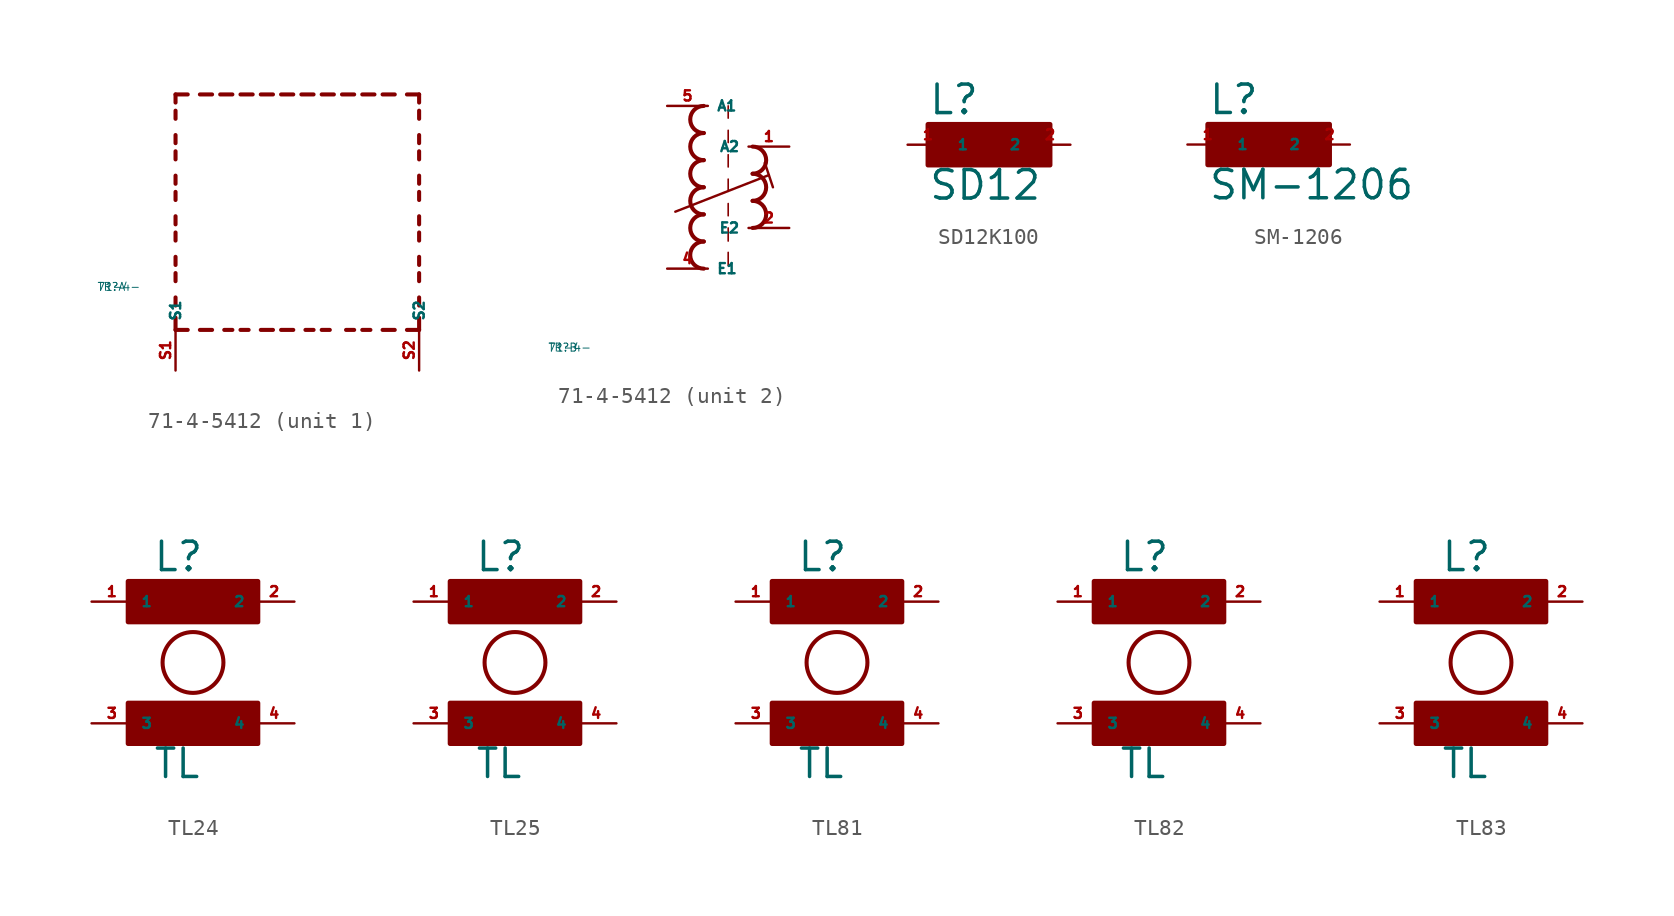
<source format=kicad_sym>
(kicad_symbol_lib
  (version 20220914)
  (generator kicad_symbol_editor)
  (symbol "71-4-5412"
    (property "Reference" "TR"
      (at -10 -10 0)
      (effects (font (size 0.5 0.5) (thickness 0.06)) (justify left)))
    (property "Value" "71-4-"
      (at -10 -10 0)
      (effects (font (size 0.5 0.5) (thickness 0.06)) (justify left)))
    (symbol "71-4-5412_1_0"
      (polyline (pts (xy -5.08 -12.7) (xy -5.08 -11.938)) (stroke (width 0.254) (type default)) (fill (type none)))
      (polyline (pts (xy -5.08 -12.7) (xy -4.318 -12.7)) (stroke (width 0.254) (type default)) (fill (type none)))
      (polyline (pts (xy -5.08 -11.176) (xy -5.08 -10.668)) (stroke (width 0.254) (type default)) (fill (type none)))
      (polyline (pts (xy -5.08 -9.652) (xy -5.08 -9.144)) (stroke (width 0.254) (type default)) (fill (type none)))
      (polyline (pts (xy -5.08 -8.636) (xy -5.08 -8.128)) (stroke (width 0.254) (type default)) (fill (type none)))
      (polyline (pts (xy -5.08 -7.112) (xy -5.08 -6.604)) (stroke (width 0.254) (type default)) (fill (type none)))
      (polyline (pts (xy -5.08 -6.096) (xy -5.08 -5.588)) (stroke (width 0.254) (type default)) (fill (type none)))
      (polyline (pts (xy -5.08 -4.572) (xy -5.08 -4.064)) (stroke (width 0.254) (type default)) (fill (type none)))
      (polyline (pts (xy -5.08 -3.556) (xy -5.08 -3.048)) (stroke (width 0.254) (type default)) (fill (type none)))
      (polyline (pts (xy -5.08 -2.032) (xy -5.08 -1.524)) (stroke (width 0.254) (type default)) (fill (type none)))
      (polyline (pts (xy -5.08 -1.016) (xy -5.08 -0.508)) (stroke (width 0.254) (type default)) (fill (type none)))
      (polyline (pts (xy -5.08 0.508) (xy -5.08 1.016)) (stroke (width 0.254) (type default)) (fill (type none)))
      (polyline (pts (xy -5.08 1.524) (xy -5.08 2.032)) (stroke (width 0.254) (type default)) (fill (type none)))
      (polyline (pts (xy -5.08 2.032) (xy -4.318 2.032)) (stroke (width 0.254) (type default)) (fill (type none)))
      (polyline (pts (xy -3.556 -12.7) (xy -2.794 -12.7)) (stroke (width 0.254) (type default)) (fill (type none)))
      (polyline (pts (xy -3.556 2.032) (xy -2.794 2.032)) (stroke (width 0.254) (type default)) (fill (type none)))
      (polyline (pts (xy -1.524 -12.7) (xy -2.032 -12.7)) (stroke (width 0.254) (type default)) (fill (type none)))
      (polyline (pts (xy -1.524 2.032) (xy -2.286 2.032)) (stroke (width 0.254) (type default)) (fill (type none)))
      (polyline (pts (xy -1.016 2.032) (xy -0.254 2.032)) (stroke (width 0.254) (type default)) (fill (type none)))
      (polyline (pts (xy -0.508 -12.7) (xy -1.016 -12.7)) (stroke (width 0.254) (type default)) (fill (type none)))
      (polyline (pts (xy 1.016 -12.7) (xy 0.254 -12.7)) (stroke (width 0.254) (type default)) (fill (type none)))
      (polyline (pts (xy 1.016 2.032) (xy 0.254 2.032)) (stroke (width 0.254) (type default)) (fill (type none)))
      (polyline (pts (xy 1.524 -12.7) (xy 2.286 -12.7)) (stroke (width 0.254) (type default)) (fill (type none)))
      (polyline (pts (xy 1.524 2.032) (xy 2.286 2.032)) (stroke (width 0.254) (type default)) (fill (type none)))
      (polyline (pts (xy 3.556 -12.7) (xy 3.048 -12.7)) (stroke (width 0.254) (type default)) (fill (type none)))
      (polyline (pts (xy 3.556 2.032) (xy 2.794 2.032)) (stroke (width 0.254) (type default)) (fill (type none)))
      (polyline (pts (xy 4.064 2.032) (xy 4.826 2.032)) (stroke (width 0.254) (type default)) (fill (type none)))
      (polyline (pts (xy 4.572 -12.7) (xy 4.064 -12.7)) (stroke (width 0.254) (type default)) (fill (type none)))
      (polyline (pts (xy 6.096 -12.7) (xy 5.588 -12.7)) (stroke (width 0.254) (type default)) (fill (type none)))
      (polyline (pts (xy 6.096 2.032) (xy 5.334 2.032)) (stroke (width 0.254) (type default)) (fill (type none)))
      (polyline (pts (xy 6.604 2.032) (xy 7.366 2.032)) (stroke (width 0.254) (type default)) (fill (type none)))
      (polyline (pts (xy 7.112 -12.7) (xy 6.604 -12.7)) (stroke (width 0.254) (type default)) (fill (type none)))
      (polyline (pts (xy 8.636 -12.7) (xy 7.874 -12.7)) (stroke (width 0.254) (type default)) (fill (type none)))
      (polyline (pts (xy 8.636 2.032) (xy 7.874 2.032)) (stroke (width 0.254) (type default)) (fill (type none)))
      (polyline (pts (xy 10.16 -12.7) (xy 9.398 -12.7)) (stroke (width 0.254) (type default)) (fill (type none)))
      (polyline (pts (xy 10.16 -12.7) (xy 10.16 -11.938)) (stroke (width 0.254) (type default)) (fill (type none)))
      (polyline (pts (xy 10.16 -11.176) (xy 10.16 -10.668)) (stroke (width 0.254) (type default)) (fill (type none)))
      (polyline (pts (xy 10.16 -9.652) (xy 10.16 -9.144)) (stroke (width 0.254) (type default)) (fill (type none)))
      (polyline (pts (xy 10.16 -8.636) (xy 10.16 -8.128)) (stroke (width 0.254) (type default)) (fill (type none)))
      (polyline (pts (xy 10.16 -7.112) (xy 10.16 -6.604)) (stroke (width 0.254) (type default)) (fill (type none)))
      (polyline (pts (xy 10.16 -6.096) (xy 10.16 -5.588)) (stroke (width 0.254) (type default)) (fill (type none)))
      (polyline (pts (xy 10.16 -4.572) (xy 10.16 -4.064)) (stroke (width 0.254) (type default)) (fill (type none)))
      (polyline (pts (xy 10.16 -3.556) (xy 10.16 -3.048)) (stroke (width 0.254) (type default)) (fill (type none)))
      (polyline (pts (xy 10.16 -2.032) (xy 10.16 -1.524)) (stroke (width 0.254) (type default)) (fill (type none)))
      (polyline (pts (xy 10.16 -1.016) (xy 10.16 -0.508)) (stroke (width 0.254) (type default)) (fill (type none)))
      (polyline (pts (xy 10.16 0.508) (xy 10.16 1.016)) (stroke (width 0.254) (type default)) (fill (type none)))
      (polyline (pts (xy 10.16 1.524) (xy 10.16 2.032)) (stroke (width 0.254) (type default)) (fill (type none)))
      (polyline (pts (xy 10.16 2.032) (xy 9.398 2.032)) (stroke (width 0.254) (type default)) (fill (type none)))
      (pin passive line (at -5.08 -15.24 90) (length 2.54) (name "S1" (effects (font (size 0.635 0.635)))) (number "S1" (effects (font (size 0.635 0.635)))))
      (pin passive line (at 10.16 -15.24 90) (length 2.54) (name "S2" (effects (font (size 0.635 0.635)))) (number "S2" (effects (font (size 0.635 0.635))))))
    (symbol "71-4-5412_2_0"
      (arc (start -0.254 -3.3866) (mid -1.1004 -4.2333) (end -0.254 -5.08) (stroke (width 0.254) (type default)) (fill (type none)))
      (arc (start -0.254 -1.6932) (mid -1.1004 -2.5399) (end -0.254 -3.3866) (stroke (width 0.254) (type default)) (fill (type none)))
      (arc (start -0.254 0) (mid -1.1004 -0.8467) (end -0.254 -1.6934) (stroke (width 0.254) (type default)) (fill (type none)))
      (arc (start -0.254 1.6934) (mid -1.1004 0.8467) (end -0.254 0) (stroke (width 0.254) (type default)) (fill (type none)))
      (arc (start -0.254 3.3866) (mid -1.1002 2.54) (end -0.254 1.6934) (stroke (width 0.254) (type default)) (fill (type none)))
      (arc (start -0.254 5.08) (mid -1.1004 4.2333) (end -0.254 3.3866) (stroke (width 0.254) (type default)) (fill (type none)))
      (polyline (pts (xy -2.032 -1.524) (xy 3.81 0.762)) (stroke (width 0.152) (type default)) (fill (type none)))
      (polyline (pts (xy 1.27 -4.064) (xy 1.27 -4.88)) (stroke (width 0.102) (type default)) (fill (type none)))
      (polyline (pts (xy 1.27 -2.54) (xy 1.27 -3.356)) (stroke (width 0.102) (type default)) (fill (type none)))
      (polyline (pts (xy 1.27 -1.016) (xy 1.27 -1.778)) (stroke (width 0.102) (type default)) (fill (type none)))
      (polyline (pts (xy 1.27 0.508) (xy 1.27 -0.254)) (stroke (width 0.102) (type default)) (fill (type none)))
      (polyline (pts (xy 1.27 2.032) (xy 1.27 1.27)) (stroke (width 0.102) (type default)) (fill (type none)))
      (polyline (pts (xy 1.27 3.556) (xy 1.27 2.794)) (stroke (width 0.102) (type default)) (fill (type none)))
      (polyline (pts (xy 1.27 5.08) (xy 1.27 4.318)) (stroke (width 0.102) (type default)) (fill (type none)))
      (polyline (pts (xy 3.556 1.524) (xy 4.064 0)) (stroke (width 0.152) (type default)) (fill (type none)))
      (arc (start 2.794 -2.54) (mid 3.6404 -1.6933) (end 2.794 -0.8466) (stroke (width 0.254) (type default)) (fill (type none)))
      (arc (start 2.794 -0.8466) (mid 3.6402 0) (end 2.794 0.8466) (stroke (width 0.254) (type default)) (fill (type none)))
      (arc (start 2.794 0.8466) (mid 3.6404 1.6933) (end 2.794 2.54) (stroke (width 0.254) (type default)) (fill (type none)))
      (pin passive line (at 5.08 2.54 180) (length 2.54) (name "A2" (effects (font (size 0.635 0.635)))) (number "1" (effects (font (size 0.635 0.635)))))
      (pin passive line (at 5.08 -2.54 180) (length 2.54) (name "E2" (effects (font (size 0.635 0.635)))) (number "2" (effects (font (size 0.635 0.635)))))
      (pin passive line (at -2.54 -5.08 0) (length 2.54) (name "E1" (effects (font (size 0.635 0.635)))) (number "4" (effects (font (size 0.635 0.635)))))
      (pin passive line (at -2.54 5.08 0) (length 2.54) (name "A1" (effects (font (size 0.635 0.635)))) (number "5" (effects (font (size 0.635 0.635)))))))
  (symbol "SD12K100"
    (property "Reference" "L"
      (at -3.81 1.778 0)
      (effects (font (size 1.778 1.778) (thickness 0.22)) (justify left bottom)))
    (property "Value" "SD12"
      (at -3.81 -3.556 0)
      (effects (font (size 1.778 1.778) (thickness 0.22)) (justify left bottom)))
    (symbol "SD12K100_1_1"
      (rectangle (start -3.81 -1.27) (end 3.81 1.27) (stroke (width 0.3) (type default)) (fill (type outline)))
      (pin passive line (at -5.08 0 0) (length 2.54) (name "1" (effects (font (size 0.635 0.635)))) (number "1" (effects (font (size 0.635 0.635)))))
      (pin passive line (at 5.08 0 180) (length 2.54) (name "2" (effects (font (size 0.635 0.635)))) (number "2" (effects (font (size 0.635 0.635)))))))
  (symbol "SM-1206"
    (property "Reference" "L"
      (at -3.81 1.778 0)
      (effects (font (size 1.778 1.778) (thickness 0.22)) (justify left bottom)))
    (property "Value" "SM-1206"
      (at -3.81 -3.556 0)
      (effects (font (size 1.778 1.778) (thickness 0.22)) (justify left bottom)))
    (symbol "SM-1206_1_1"
      (rectangle (start -3.81 -1.27) (end 3.81 1.27) (stroke (width 0.3) (type default)) (fill (type outline)))
      (pin passive line (at -5.08 0 0) (length 2.54) (name "1" (effects (font (size 0.635 0.635)))) (number "1" (effects (font (size 0.635 0.635)))))
      (pin passive line (at 5.08 0 180) (length 2.54) (name "2" (effects (font (size 0.635 0.635)))) (number "2" (effects (font (size 0.635 0.635)))))))
  (symbol "TL24"
    (property "Reference" "L"
      (at -1.27 6.858 0)
      (effects (font (size 1.778 1.778) (thickness 0.22)) (justify left bottom)))
    (property "Value" "TL"
      (at -1.27 -6.096 0)
      (effects (font (size 1.778 1.778) (thickness 0.22)) (justify left bottom)))
    (symbol "TL24_1_1"
      (rectangle (start -2.794 -3.81) (end 5.334 -1.27) (stroke (width 0.3) (type default)) (fill (type outline)))
      (rectangle (start -2.794 3.81) (end 5.334 6.35) (stroke (width 0.3) (type default)) (fill (type outline)))
      (circle (center 1.27 1.27) (radius 1.905) (stroke (width 0.254) (type default)) (fill (type none)))
      (pin passive line (at -5.08 5.08 0) (length 2.54) (name "1" (effects (font (size 0.635 0.635)))) (number "1" (effects (font (size 0.635 0.635)))))
      (pin passive line (at 7.62 5.08 180) (length 2.54) (name "2" (effects (font (size 0.635 0.635)))) (number "2" (effects (font (size 0.635 0.635)))))
      (pin passive line (at -5.08 -2.54 0) (length 2.54) (name "3" (effects (font (size 0.635 0.635)))) (number "3" (effects (font (size 0.635 0.635)))))
      (pin passive line (at 7.62 -2.54 180) (length 2.54) (name "4" (effects (font (size 0.635 0.635)))) (number "4" (effects (font (size 0.635 0.635)))))))
  (symbol "TL25"
    (property "Reference" "L"
      (at -1.27 6.858 0)
      (effects (font (size 1.778 1.778) (thickness 0.22)) (justify left bottom)))
    (property "Value" "TL"
      (at -1.27 -6.096 0)
      (effects (font (size 1.778 1.778) (thickness 0.22)) (justify left bottom)))
    (symbol "TL25_1_1"
      (rectangle (start -2.794 -3.81) (end 5.334 -1.27) (stroke (width 0.3) (type default)) (fill (type outline)))
      (rectangle (start -2.794 3.81) (end 5.334 6.35) (stroke (width 0.3) (type default)) (fill (type outline)))
      (circle (center 1.27 1.27) (radius 1.905) (stroke (width 0.254) (type default)) (fill (type none)))
      (pin passive line (at -5.08 5.08 0) (length 2.54) (name "1" (effects (font (size 0.635 0.635)))) (number "1" (effects (font (size 0.635 0.635)))))
      (pin passive line (at 7.62 5.08 180) (length 2.54) (name "2" (effects (font (size 0.635 0.635)))) (number "2" (effects (font (size 0.635 0.635)))))
      (pin passive line (at -5.08 -2.54 0) (length 2.54) (name "3" (effects (font (size 0.635 0.635)))) (number "3" (effects (font (size 0.635 0.635)))))
      (pin passive line (at 7.62 -2.54 180) (length 2.54) (name "4" (effects (font (size 0.635 0.635)))) (number "4" (effects (font (size 0.635 0.635)))))))
  (symbol "TL81"
    (property "Reference" "L"
      (at -1.27 6.858 0)
      (effects (font (size 1.778 1.778) (thickness 0.22)) (justify left bottom)))
    (property "Value" "TL"
      (at -1.27 -6.096 0)
      (effects (font (size 1.778 1.778) (thickness 0.22)) (justify left bottom)))
    (symbol "TL81_1_1"
      (rectangle (start -2.794 -3.81) (end 5.334 -1.27) (stroke (width 0.3) (type default)) (fill (type outline)))
      (rectangle (start -2.794 3.81) (end 5.334 6.35) (stroke (width 0.3) (type default)) (fill (type outline)))
      (circle (center 1.27 1.27) (radius 1.905) (stroke (width 0.254) (type default)) (fill (type none)))
      (pin passive line (at -5.08 5.08 0) (length 2.54) (name "1" (effects (font (size 0.635 0.635)))) (number "1" (effects (font (size 0.635 0.635)))))
      (pin passive line (at 7.62 5.08 180) (length 2.54) (name "2" (effects (font (size 0.635 0.635)))) (number "2" (effects (font (size 0.635 0.635)))))
      (pin passive line (at -5.08 -2.54 0) (length 2.54) (name "3" (effects (font (size 0.635 0.635)))) (number "3" (effects (font (size 0.635 0.635)))))
      (pin passive line (at 7.62 -2.54 180) (length 2.54) (name "4" (effects (font (size 0.635 0.635)))) (number "4" (effects (font (size 0.635 0.635)))))))
  (symbol "TL82"
    (property "Reference" "L"
      (at -1.27 6.858 0)
      (effects (font (size 1.778 1.778) (thickness 0.22)) (justify left bottom)))
    (property "Value" "TL"
      (at -1.27 -6.096 0)
      (effects (font (size 1.778 1.778) (thickness 0.22)) (justify left bottom)))
    (symbol "TL82_1_1"
      (rectangle (start -2.794 -3.81) (end 5.334 -1.27) (stroke (width 0.3) (type default)) (fill (type outline)))
      (rectangle (start -2.794 3.81) (end 5.334 6.35) (stroke (width 0.3) (type default)) (fill (type outline)))
      (circle (center 1.27 1.27) (radius 1.905) (stroke (width 0.254) (type default)) (fill (type none)))
      (pin passive line (at -5.08 5.08 0) (length 2.54) (name "1" (effects (font (size 0.635 0.635)))) (number "1" (effects (font (size 0.635 0.635)))))
      (pin passive line (at 7.62 5.08 180) (length 2.54) (name "2" (effects (font (size 0.635 0.635)))) (number "2" (effects (font (size 0.635 0.635)))))
      (pin passive line (at -5.08 -2.54 0) (length 2.54) (name "3" (effects (font (size 0.635 0.635)))) (number "3" (effects (font (size 0.635 0.635)))))
      (pin passive line (at 7.62 -2.54 180) (length 2.54) (name "4" (effects (font (size 0.635 0.635)))) (number "4" (effects (font (size 0.635 0.635)))))))
  (symbol "TL83"
    (property "Reference" "L"
      (at -1.27 6.858 0)
      (effects (font (size 1.778 1.778) (thickness 0.22)) (justify left bottom)))
    (property "Value" "TL"
      (at -1.27 -6.096 0)
      (effects (font (size 1.778 1.778) (thickness 0.22)) (justify left bottom)))
    (symbol "TL83_1_1"
      (rectangle (start -2.794 -3.81) (end 5.334 -1.27) (stroke (width 0.3) (type default)) (fill (type outline)))
      (rectangle (start -2.794 3.81) (end 5.334 6.35) (stroke (width 0.3) (type default)) (fill (type outline)))
      (circle (center 1.27 1.27) (radius 1.905) (stroke (width 0.254) (type default)) (fill (type none)))
      (pin passive line (at -5.08 5.08 0) (length 2.54) (name "1" (effects (font (size 0.635 0.635)))) (number "1" (effects (font (size 0.635 0.635)))))
      (pin passive line (at 7.62 5.08 180) (length 2.54) (name "2" (effects (font (size 0.635 0.635)))) (number "2" (effects (font (size 0.635 0.635)))))
      (pin passive line (at -5.08 -2.54 0) (length 2.54) (name "3" (effects (font (size 0.635 0.635)))) (number "3" (effects (font (size 0.635 0.635)))))
      (pin passive line (at 7.62 -2.54 180) (length 2.54) (name "4" (effects (font (size 0.635 0.635)))) (number "4" (effects (font (size 0.635 0.635))))))))
</source>
